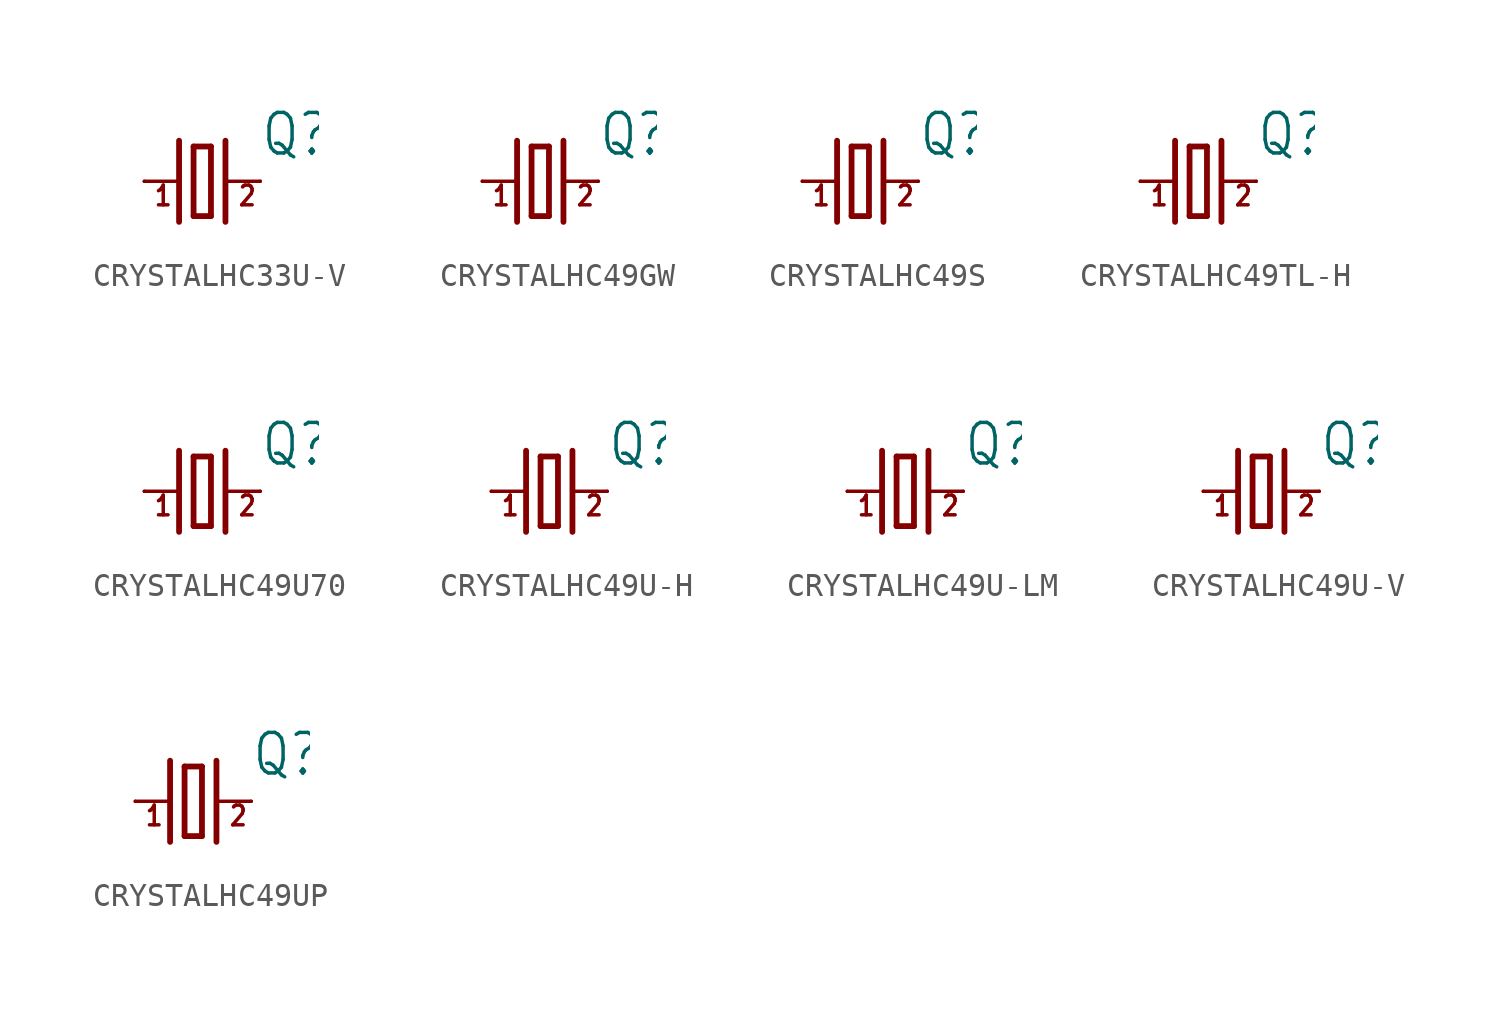
<source format=kicad_sym>
(kicad_symbol_lib
  (version 20220914)
  (generator kicad_symbol_editor)
  (symbol "CRYSTALHC33U-V"
    (property "Reference" "Q"
      (at 2.54 1.016 0)
      (effects (font (size 1.778 1.511)) (justify left bottom)))
    (property "Value" ""
      (at 2.54 -2.54 0)
      (effects (font (size 1.778 1.511)) (justify left bottom)))
    (property "ki_locked" ""
      (at 0 0 0)
      (effects (font (size 1.27 1.27))))
    (symbol "CRYSTALHC33U-V_1_0"
      (polyline (pts (xy -2.54 0) (xy -1.016 0)) (stroke (width 0.152) (type solid)) (fill (type none)))
      (polyline (pts (xy -1.016 1.778) (xy -1.016 -1.778)) (stroke (width 0.254) (type solid)) (fill (type none)))
      (polyline (pts (xy -0.381 -1.524) (xy 0.381 -1.524)) (stroke (width 0.254) (type solid)) (fill (type none)))
      (polyline (pts (xy -0.381 1.524) (xy -0.381 -1.524)) (stroke (width 0.254) (type solid)) (fill (type none)))
      (polyline (pts (xy 0.381 -1.524) (xy 0.381 1.524)) (stroke (width 0.254) (type solid)) (fill (type none)))
      (polyline (pts (xy 0.381 1.524) (xy -0.381 1.524)) (stroke (width 0.254) (type solid)) (fill (type none)))
      (polyline (pts (xy 1.016 0) (xy 2.54 0)) (stroke (width 0.152) (type solid)) (fill (type none)))
      (polyline (pts (xy 1.016 1.778) (xy 1.016 -1.778)) (stroke (width 0.254) (type solid)) (fill (type none)))
      (text "1" (at -2.159 -1.143 0) (effects (font (size 0.864 0.734)) (justify left bottom)))
      (text "2" (at 1.524 -1.143 0) (effects (font (size 0.864 0.734)) (justify left bottom)))
      (pin passive line (at -2.54 0 0) (length 0) (name "1" (effects (font (size 0 0)))) (number "1" (effects (font (size 0 0)))))
      (pin passive line (at 2.54 0 180) (length 0) (name "2" (effects (font (size 0 0)))) (number "2" (effects (font (size 0 0)))))))
  (symbol "CRYSTALHC49GW"
    (property "Reference" "Q"
      (at 2.54 1.016 0)
      (effects (font (size 1.778 1.511)) (justify left bottom)))
    (property "Value" ""
      (at 2.54 -2.54 0)
      (effects (font (size 1.778 1.511)) (justify left bottom)))
    (property "ki_locked" ""
      (at 0 0 0)
      (effects (font (size 1.27 1.27))))
    (symbol "CRYSTALHC49GW_1_0"
      (polyline (pts (xy -2.54 0) (xy -1.016 0)) (stroke (width 0.152) (type solid)) (fill (type none)))
      (polyline (pts (xy -1.016 1.778) (xy -1.016 -1.778)) (stroke (width 0.254) (type solid)) (fill (type none)))
      (polyline (pts (xy -0.381 -1.524) (xy 0.381 -1.524)) (stroke (width 0.254) (type solid)) (fill (type none)))
      (polyline (pts (xy -0.381 1.524) (xy -0.381 -1.524)) (stroke (width 0.254) (type solid)) (fill (type none)))
      (polyline (pts (xy 0.381 -1.524) (xy 0.381 1.524)) (stroke (width 0.254) (type solid)) (fill (type none)))
      (polyline (pts (xy 0.381 1.524) (xy -0.381 1.524)) (stroke (width 0.254) (type solid)) (fill (type none)))
      (polyline (pts (xy 1.016 0) (xy 2.54 0)) (stroke (width 0.152) (type solid)) (fill (type none)))
      (polyline (pts (xy 1.016 1.778) (xy 1.016 -1.778)) (stroke (width 0.254) (type solid)) (fill (type none)))
      (text "1" (at -2.159 -1.143 0) (effects (font (size 0.864 0.734)) (justify left bottom)))
      (text "2" (at 1.524 -1.143 0) (effects (font (size 0.864 0.734)) (justify left bottom)))
      (pin passive line (at -2.54 0 0) (length 0) (name "1" (effects (font (size 0 0)))) (number "1" (effects (font (size 0 0)))))
      (pin passive line (at 2.54 0 180) (length 0) (name "2" (effects (font (size 0 0)))) (number "2" (effects (font (size 0 0)))))))
  (symbol "CRYSTALHC49S"
    (property "Reference" "Q"
      (at 2.54 1.016 0)
      (effects (font (size 1.778 1.511)) (justify left bottom)))
    (property "Value" ""
      (at 2.54 -2.54 0)
      (effects (font (size 1.778 1.511)) (justify left bottom)))
    (property "ki_locked" ""
      (at 0 0 0)
      (effects (font (size 1.27 1.27))))
    (symbol "CRYSTALHC49S_1_0"
      (polyline (pts (xy -2.54 0) (xy -1.016 0)) (stroke (width 0.152) (type solid)) (fill (type none)))
      (polyline (pts (xy -1.016 1.778) (xy -1.016 -1.778)) (stroke (width 0.254) (type solid)) (fill (type none)))
      (polyline (pts (xy -0.381 -1.524) (xy 0.381 -1.524)) (stroke (width 0.254) (type solid)) (fill (type none)))
      (polyline (pts (xy -0.381 1.524) (xy -0.381 -1.524)) (stroke (width 0.254) (type solid)) (fill (type none)))
      (polyline (pts (xy 0.381 -1.524) (xy 0.381 1.524)) (stroke (width 0.254) (type solid)) (fill (type none)))
      (polyline (pts (xy 0.381 1.524) (xy -0.381 1.524)) (stroke (width 0.254) (type solid)) (fill (type none)))
      (polyline (pts (xy 1.016 0) (xy 2.54 0)) (stroke (width 0.152) (type solid)) (fill (type none)))
      (polyline (pts (xy 1.016 1.778) (xy 1.016 -1.778)) (stroke (width 0.254) (type solid)) (fill (type none)))
      (text "1" (at -2.159 -1.143 0) (effects (font (size 0.864 0.734)) (justify left bottom)))
      (text "2" (at 1.524 -1.143 0) (effects (font (size 0.864 0.734)) (justify left bottom)))
      (pin passive line (at -2.54 0 0) (length 0) (name "1" (effects (font (size 0 0)))) (number "1" (effects (font (size 0 0)))))
      (pin passive line (at 2.54 0 180) (length 0) (name "2" (effects (font (size 0 0)))) (number "2" (effects (font (size 0 0)))))))
  (symbol "CRYSTALHC49TL-H"
    (property "Reference" "Q"
      (at 2.54 1.016 0)
      (effects (font (size 1.778 1.511)) (justify left bottom)))
    (property "Value" ""
      (at 2.54 -2.54 0)
      (effects (font (size 1.778 1.511)) (justify left bottom)))
    (property "ki_locked" ""
      (at 0 0 0)
      (effects (font (size 1.27 1.27))))
    (symbol "CRYSTALHC49TL-H_1_0"
      (polyline (pts (xy -2.54 0) (xy -1.016 0)) (stroke (width 0.152) (type solid)) (fill (type none)))
      (polyline (pts (xy -1.016 1.778) (xy -1.016 -1.778)) (stroke (width 0.254) (type solid)) (fill (type none)))
      (polyline (pts (xy -0.381 -1.524) (xy 0.381 -1.524)) (stroke (width 0.254) (type solid)) (fill (type none)))
      (polyline (pts (xy -0.381 1.524) (xy -0.381 -1.524)) (stroke (width 0.254) (type solid)) (fill (type none)))
      (polyline (pts (xy 0.381 -1.524) (xy 0.381 1.524)) (stroke (width 0.254) (type solid)) (fill (type none)))
      (polyline (pts (xy 0.381 1.524) (xy -0.381 1.524)) (stroke (width 0.254) (type solid)) (fill (type none)))
      (polyline (pts (xy 1.016 0) (xy 2.54 0)) (stroke (width 0.152) (type solid)) (fill (type none)))
      (polyline (pts (xy 1.016 1.778) (xy 1.016 -1.778)) (stroke (width 0.254) (type solid)) (fill (type none)))
      (text "1" (at -2.159 -1.143 0) (effects (font (size 0.864 0.734)) (justify left bottom)))
      (text "2" (at 1.524 -1.143 0) (effects (font (size 0.864 0.734)) (justify left bottom)))
      (pin passive line (at -2.54 0 0) (length 0) (name "1" (effects (font (size 0 0)))) (number "1" (effects (font (size 0 0)))))
      (pin passive line (at 2.54 0 180) (length 0) (name "2" (effects (font (size 0 0)))) (number "2" (effects (font (size 0 0)))))))
  (symbol "CRYSTALHC49U70"
    (property "Reference" "Q"
      (at 2.54 1.016 0)
      (effects (font (size 1.778 1.511)) (justify left bottom)))
    (property "Value" ""
      (at 2.54 -2.54 0)
      (effects (font (size 1.778 1.511)) (justify left bottom)))
    (property "ki_locked" ""
      (at 0 0 0)
      (effects (font (size 1.27 1.27))))
    (symbol "CRYSTALHC49U70_1_0"
      (polyline (pts (xy -2.54 0) (xy -1.016 0)) (stroke (width 0.152) (type solid)) (fill (type none)))
      (polyline (pts (xy -1.016 1.778) (xy -1.016 -1.778)) (stroke (width 0.254) (type solid)) (fill (type none)))
      (polyline (pts (xy -0.381 -1.524) (xy 0.381 -1.524)) (stroke (width 0.254) (type solid)) (fill (type none)))
      (polyline (pts (xy -0.381 1.524) (xy -0.381 -1.524)) (stroke (width 0.254) (type solid)) (fill (type none)))
      (polyline (pts (xy 0.381 -1.524) (xy 0.381 1.524)) (stroke (width 0.254) (type solid)) (fill (type none)))
      (polyline (pts (xy 0.381 1.524) (xy -0.381 1.524)) (stroke (width 0.254) (type solid)) (fill (type none)))
      (polyline (pts (xy 1.016 0) (xy 2.54 0)) (stroke (width 0.152) (type solid)) (fill (type none)))
      (polyline (pts (xy 1.016 1.778) (xy 1.016 -1.778)) (stroke (width 0.254) (type solid)) (fill (type none)))
      (text "1" (at -2.159 -1.143 0) (effects (font (size 0.864 0.734)) (justify left bottom)))
      (text "2" (at 1.524 -1.143 0) (effects (font (size 0.864 0.734)) (justify left bottom)))
      (pin passive line (at -2.54 0 0) (length 0) (name "1" (effects (font (size 0 0)))) (number "1" (effects (font (size 0 0)))))
      (pin passive line (at 2.54 0 180) (length 0) (name "2" (effects (font (size 0 0)))) (number "2" (effects (font (size 0 0)))))))
  (symbol "CRYSTALHC49U-H"
    (property "Reference" "Q"
      (at 2.54 1.016 0)
      (effects (font (size 1.778 1.511)) (justify left bottom)))
    (property "Value" ""
      (at 2.54 -2.54 0)
      (effects (font (size 1.778 1.511)) (justify left bottom)))
    (property "ki_locked" ""
      (at 0 0 0)
      (effects (font (size 1.27 1.27))))
    (symbol "CRYSTALHC49U-H_1_0"
      (polyline (pts (xy -2.54 0) (xy -1.016 0)) (stroke (width 0.152) (type solid)) (fill (type none)))
      (polyline (pts (xy -1.016 1.778) (xy -1.016 -1.778)) (stroke (width 0.254) (type solid)) (fill (type none)))
      (polyline (pts (xy -0.381 -1.524) (xy 0.381 -1.524)) (stroke (width 0.254) (type solid)) (fill (type none)))
      (polyline (pts (xy -0.381 1.524) (xy -0.381 -1.524)) (stroke (width 0.254) (type solid)) (fill (type none)))
      (polyline (pts (xy 0.381 -1.524) (xy 0.381 1.524)) (stroke (width 0.254) (type solid)) (fill (type none)))
      (polyline (pts (xy 0.381 1.524) (xy -0.381 1.524)) (stroke (width 0.254) (type solid)) (fill (type none)))
      (polyline (pts (xy 1.016 0) (xy 2.54 0)) (stroke (width 0.152) (type solid)) (fill (type none)))
      (polyline (pts (xy 1.016 1.778) (xy 1.016 -1.778)) (stroke (width 0.254) (type solid)) (fill (type none)))
      (text "1" (at -2.159 -1.143 0) (effects (font (size 0.864 0.734)) (justify left bottom)))
      (text "2" (at 1.524 -1.143 0) (effects (font (size 0.864 0.734)) (justify left bottom)))
      (pin passive line (at -2.54 0 0) (length 0) (name "1" (effects (font (size 0 0)))) (number "1" (effects (font (size 0 0)))))
      (pin passive line (at 2.54 0 180) (length 0) (name "2" (effects (font (size 0 0)))) (number "2" (effects (font (size 0 0)))))))
  (symbol "CRYSTALHC49U-LM"
    (property "Reference" "Q"
      (at 2.54 1.016 0)
      (effects (font (size 1.778 1.511)) (justify left bottom)))
    (property "Value" ""
      (at 2.54 -2.54 0)
      (effects (font (size 1.778 1.511)) (justify left bottom)))
    (property "ki_locked" ""
      (at 0 0 0)
      (effects (font (size 1.27 1.27))))
    (symbol "CRYSTALHC49U-LM_1_0"
      (polyline (pts (xy -2.54 0) (xy -1.016 0)) (stroke (width 0.152) (type solid)) (fill (type none)))
      (polyline (pts (xy -1.016 1.778) (xy -1.016 -1.778)) (stroke (width 0.254) (type solid)) (fill (type none)))
      (polyline (pts (xy -0.381 -1.524) (xy 0.381 -1.524)) (stroke (width 0.254) (type solid)) (fill (type none)))
      (polyline (pts (xy -0.381 1.524) (xy -0.381 -1.524)) (stroke (width 0.254) (type solid)) (fill (type none)))
      (polyline (pts (xy 0.381 -1.524) (xy 0.381 1.524)) (stroke (width 0.254) (type solid)) (fill (type none)))
      (polyline (pts (xy 0.381 1.524) (xy -0.381 1.524)) (stroke (width 0.254) (type solid)) (fill (type none)))
      (polyline (pts (xy 1.016 0) (xy 2.54 0)) (stroke (width 0.152) (type solid)) (fill (type none)))
      (polyline (pts (xy 1.016 1.778) (xy 1.016 -1.778)) (stroke (width 0.254) (type solid)) (fill (type none)))
      (text "1" (at -2.159 -1.143 0) (effects (font (size 0.864 0.734)) (justify left bottom)))
      (text "2" (at 1.524 -1.143 0) (effects (font (size 0.864 0.734)) (justify left bottom)))
      (pin passive line (at -2.54 0 0) (length 0) (name "1" (effects (font (size 0 0)))) (number "1" (effects (font (size 0 0)))))
      (pin passive line (at 2.54 0 180) (length 0) (name "2" (effects (font (size 0 0)))) (number "2" (effects (font (size 0 0)))))))
  (symbol "CRYSTALHC49U-V"
    (property "Reference" "Q"
      (at 2.54 1.016 0)
      (effects (font (size 1.778 1.511)) (justify left bottom)))
    (property "Value" ""
      (at 2.54 -2.54 0)
      (effects (font (size 1.778 1.511)) (justify left bottom)))
    (property "ki_locked" ""
      (at 0 0 0)
      (effects (font (size 1.27 1.27))))
    (symbol "CRYSTALHC49U-V_1_0"
      (polyline (pts (xy -2.54 0) (xy -1.016 0)) (stroke (width 0.152) (type solid)) (fill (type none)))
      (polyline (pts (xy -1.016 1.778) (xy -1.016 -1.778)) (stroke (width 0.254) (type solid)) (fill (type none)))
      (polyline (pts (xy -0.381 -1.524) (xy 0.381 -1.524)) (stroke (width 0.254) (type solid)) (fill (type none)))
      (polyline (pts (xy -0.381 1.524) (xy -0.381 -1.524)) (stroke (width 0.254) (type solid)) (fill (type none)))
      (polyline (pts (xy 0.381 -1.524) (xy 0.381 1.524)) (stroke (width 0.254) (type solid)) (fill (type none)))
      (polyline (pts (xy 0.381 1.524) (xy -0.381 1.524)) (stroke (width 0.254) (type solid)) (fill (type none)))
      (polyline (pts (xy 1.016 0) (xy 2.54 0)) (stroke (width 0.152) (type solid)) (fill (type none)))
      (polyline (pts (xy 1.016 1.778) (xy 1.016 -1.778)) (stroke (width 0.254) (type solid)) (fill (type none)))
      (text "1" (at -2.159 -1.143 0) (effects (font (size 0.864 0.734)) (justify left bottom)))
      (text "2" (at 1.524 -1.143 0) (effects (font (size 0.864 0.734)) (justify left bottom)))
      (pin passive line (at -2.54 0 0) (length 0) (name "1" (effects (font (size 0 0)))) (number "1" (effects (font (size 0 0)))))
      (pin passive line (at 2.54 0 180) (length 0) (name "2" (effects (font (size 0 0)))) (number "2" (effects (font (size 0 0)))))))
  (symbol "CRYSTALHC49UP"
    (property "Reference" "Q"
      (at 2.54 1.016 0)
      (effects (font (size 1.778 1.511)) (justify left bottom)))
    (property "Value" ""
      (at 2.54 -2.54 0)
      (effects (font (size 1.778 1.511)) (justify left bottom)))
    (property "ki_locked" ""
      (at 0 0 0)
      (effects (font (size 1.27 1.27))))
    (symbol "CRYSTALHC49UP_1_0"
      (polyline (pts (xy -2.54 0) (xy -1.016 0)) (stroke (width 0.152) (type solid)) (fill (type none)))
      (polyline (pts (xy -1.016 1.778) (xy -1.016 -1.778)) (stroke (width 0.254) (type solid)) (fill (type none)))
      (polyline (pts (xy -0.381 -1.524) (xy 0.381 -1.524)) (stroke (width 0.254) (type solid)) (fill (type none)))
      (polyline (pts (xy -0.381 1.524) (xy -0.381 -1.524)) (stroke (width 0.254) (type solid)) (fill (type none)))
      (polyline (pts (xy 0.381 -1.524) (xy 0.381 1.524)) (stroke (width 0.254) (type solid)) (fill (type none)))
      (polyline (pts (xy 0.381 1.524) (xy -0.381 1.524)) (stroke (width 0.254) (type solid)) (fill (type none)))
      (polyline (pts (xy 1.016 0) (xy 2.54 0)) (stroke (width 0.152) (type solid)) (fill (type none)))
      (polyline (pts (xy 1.016 1.778) (xy 1.016 -1.778)) (stroke (width 0.254) (type solid)) (fill (type none)))
      (text "1" (at -2.159 -1.143 0) (effects (font (size 0.864 0.734)) (justify left bottom)))
      (text "2" (at 1.524 -1.143 0) (effects (font (size 0.864 0.734)) (justify left bottom)))
      (pin passive line (at -2.54 0 0) (length 0) (name "1" (effects (font (size 0 0)))) (number "1" (effects (font (size 0 0)))))
      (pin passive line (at 2.54 0 180) (length 0) (name "2" (effects (font (size 0 0)))) (number "2" (effects (font (size 0 0))))))))
</source>
